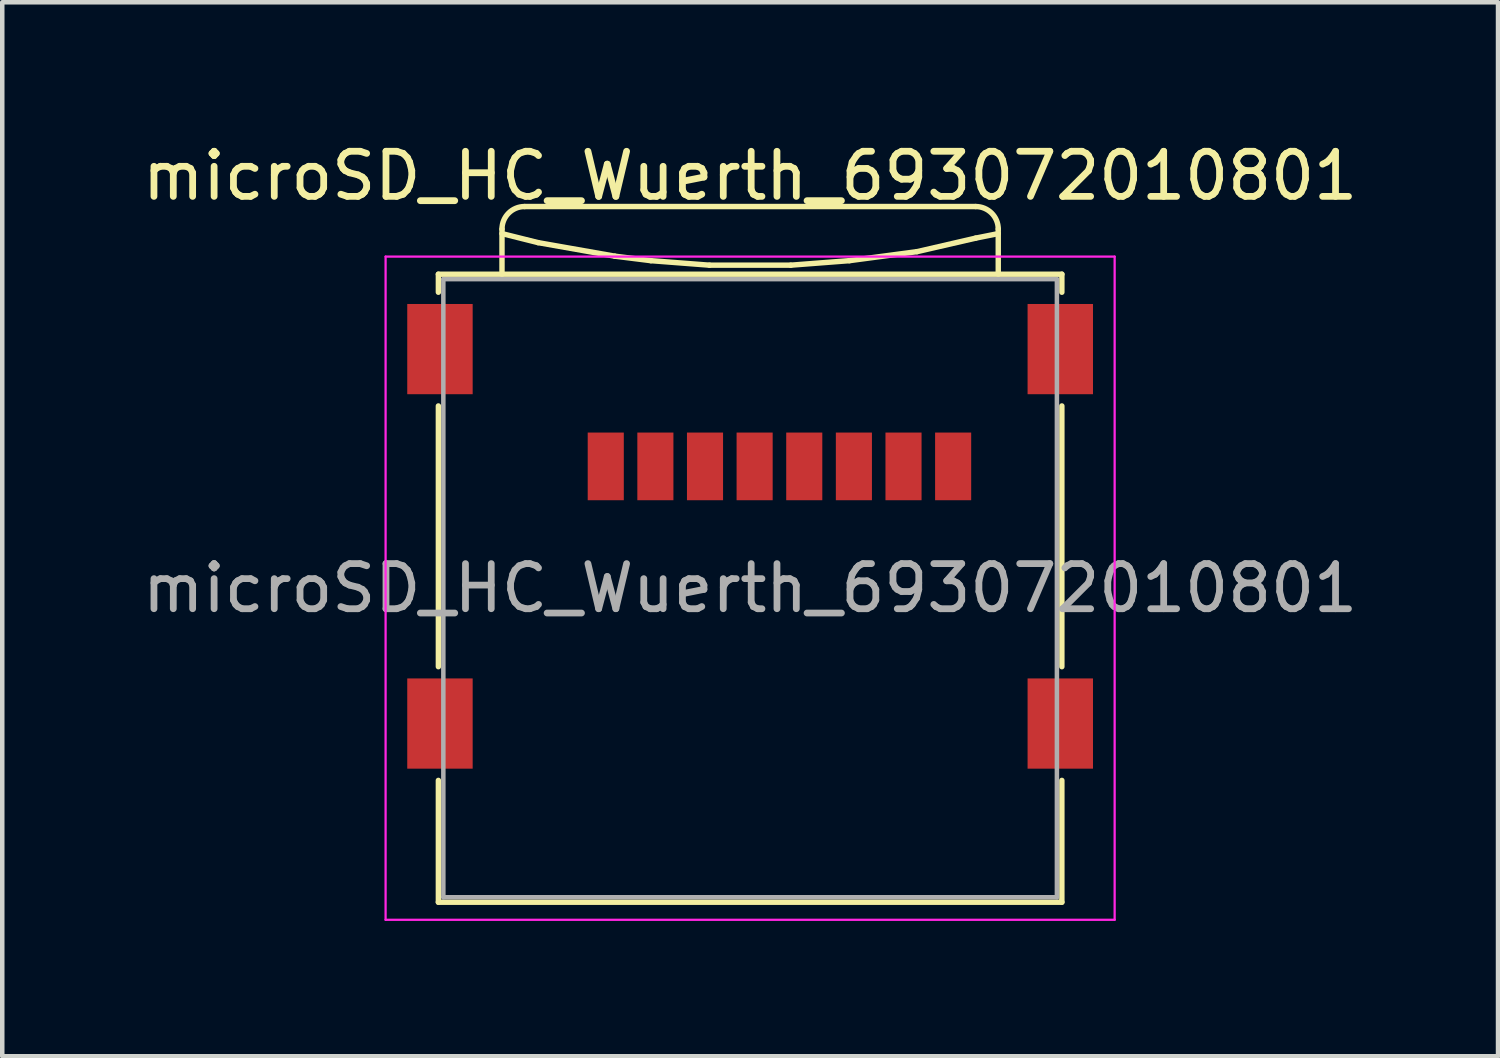
<source format=kicad_pcb>
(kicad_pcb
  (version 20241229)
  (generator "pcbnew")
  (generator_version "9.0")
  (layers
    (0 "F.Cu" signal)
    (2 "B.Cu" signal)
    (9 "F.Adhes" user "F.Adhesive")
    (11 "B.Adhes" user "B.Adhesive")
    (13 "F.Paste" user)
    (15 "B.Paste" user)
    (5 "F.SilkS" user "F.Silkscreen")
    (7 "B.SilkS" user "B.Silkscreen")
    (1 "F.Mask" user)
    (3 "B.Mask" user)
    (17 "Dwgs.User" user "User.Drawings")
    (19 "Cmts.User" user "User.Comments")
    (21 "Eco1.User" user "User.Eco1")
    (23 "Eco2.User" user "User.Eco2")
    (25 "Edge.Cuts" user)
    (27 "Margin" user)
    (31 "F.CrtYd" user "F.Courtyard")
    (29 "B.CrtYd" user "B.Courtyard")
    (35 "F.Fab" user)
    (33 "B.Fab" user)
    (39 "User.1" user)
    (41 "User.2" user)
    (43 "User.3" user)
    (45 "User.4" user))
  (footprint "microSD_HC_Wuerth_693072010801"
    (layer "F.Cu")
    (at 13.577 8.838)
    (property "Reference" "microSD_HC_Wuerth_693072010801" (at 0 -7.99 0) (layer "F.SilkS") (effects (font (size 1 1) (thickness 0.15))))
    (attr smd)
    (fp_line (start -6.91 -5.81) (end -6.91 -5.41) (stroke (width 0.12) (type solid)) (layer "F.SilkS"))
    (fp_line (start -6.91 -5.81) (end 6.91 -5.81) (stroke (width 0.12) (type solid)) (layer "F.SilkS"))
    (fp_line (start -6.91 -2.89) (end -6.91 2.89) (stroke (width 0.12) (type solid)) (layer "F.SilkS"))
    (fp_line (start -6.91 5.41) (end -6.91 8.11) (stroke (width 0.12) (type solid)) (layer "F.SilkS"))
    (fp_line (start -5.5 -6.71) (end -4.7 -6.51) (stroke (width 0.12) (type solid)) (layer "F.SilkS"))
    (fp_line (start -5.5 -5.81) (end -5.5 -6.81) (stroke (width 0.12) (type solid)) (layer "F.SilkS"))
    (fp_line (start -5 -7.31) (end 5 -7.31) (stroke (width 0.12) (type solid)) (layer "F.SilkS"))
    (fp_line (start -4.7 -6.51) (end -3 -6.21) (stroke (width 0.12) (type solid)) (layer "F.SilkS"))
    (fp_line (start -3 -6.21) (end -2.2 -6.11) (stroke (width 0.12) (type solid)) (layer "F.SilkS"))
    (fp_line (start -2.2 -6.11) (end -0.9 -6.01) (stroke (width 0.12) (type solid)) (layer "F.SilkS"))
    (fp_line (start -0.9 -6.01) (end 0.9 -6.01) (stroke (width 0.12) (type solid)) (layer "F.SilkS"))
    (fp_line (start 0.9 -6.01) (end 2.2 -6.11) (stroke (width 0.12) (type solid)) (layer "F.SilkS"))
    (fp_line (start 2.2 -6.11) (end 3.7 -6.31) (stroke (width 0.12) (type solid)) (layer "F.SilkS"))
    (fp_line (start 3.7 -6.31) (end 5 -6.61) (stroke (width 0.12) (type solid)) (layer "F.SilkS"))
    (fp_line (start 5 -6.61) (end 5.5 -6.71) (stroke (width 0.12) (type solid)) (layer "F.SilkS"))
    (fp_line (start 5.5 -5.81) (end 5.5 -6.81) (stroke (width 0.12) (type solid)) (layer "F.SilkS"))
    (fp_line (start 6.91 -5.81) (end 6.91 -5.41) (stroke (width 0.12) (type solid)) (layer "F.SilkS"))
    (fp_line (start 6.91 -2.89) (end 6.91 2.89) (stroke (width 0.12) (type solid)) (layer "F.SilkS"))
    (fp_line (start 6.91 5.41) (end 6.91 8.11) (stroke (width 0.12) (type solid)) (layer "F.SilkS"))
    (fp_line (start 6.91 8.11) (end -6.91 8.11) (stroke (width 0.12) (type solid)) (layer "F.SilkS"))
    (fp_arc (start -5.5 -6.81) (mid -5.353553 -7.163553) (end -5 -7.31) (stroke (width 0.12) (type solid)) (layer "F.SilkS"))
    (fp_arc (start 5 -7.31) (mid 5.353553 -7.163553) (end 5.5 -6.81) (stroke (width 0.12) (type solid)) (layer "F.SilkS"))
    (fp_line (start -8.08 -6.2) (end -8.08 8.5) (stroke (width 0.05) (type solid)) (layer "F.CrtYd"))
    (fp_line (start 8.08 -6.2) (end -8.08 -6.2) (stroke (width 0.05) (type solid)) (layer "F.CrtYd"))
    (fp_line (start 8.08 -6.2) (end 8.08 8.5) (stroke (width 0.05) (type solid)) (layer "F.CrtYd"))
    (fp_line (start 8.08 8.5) (end -8.08 8.5) (stroke (width 0.05) (type solid)) (layer "F.CrtYd"))
    (fp_line (start -6.8 -5.7) (end -6.8 8) (stroke (width 0.1) (type solid)) (layer "F.Fab"))
    (fp_line (start -6.8 8) (end 6.8 8) (stroke (width 0.1) (type solid)) (layer "F.Fab"))
    (fp_line (start 6.8 -5.7) (end -6.8 -5.7) (stroke (width 0.1) (type solid)) (layer "F.Fab"))
    (fp_line (start 6.8 8) (end 6.8 -5.7) (stroke (width 0.1) (type solid)) (layer "F.Fab"))
    (fp_text user "${REFERENCE}" (at 0 1.15 0) (layer "F.Fab") (effects (font (size 1 1) (thickness 0.15))))
    (pad "1" smd rect (at -3.2 -1.55) (size 0.8 1.5) (layers "F.Cu" "F.Mask" "F.Paste"))
    (pad "2" smd rect (at -2.1 -1.55) (size 0.8 1.5) (layers "F.Cu" "F.Mask" "F.Paste"))
    (pad "3" smd rect (at -1 -1.55) (size 0.8 1.5) (layers "F.Cu" "F.Mask" "F.Paste"))
    (pad "4" smd rect (at 0.1 -1.55) (size 0.8 1.5) (layers "F.Cu" "F.Mask" "F.Paste"))
    (pad "5" smd rect (at 1.2 -1.55) (size 0.8 1.5) (layers "F.Cu" "F.Mask" "F.Paste"))
    (pad "6" smd rect (at 2.3 -1.55) (size 0.8 1.5) (layers "F.Cu" "F.Mask" "F.Paste"))
    (pad "7" smd rect (at 3.4 -1.55) (size 0.8 1.5) (layers "F.Cu" "F.Mask" "F.Paste"))
    (pad "8" smd rect (at 4.5 -1.55) (size 0.8 1.5) (layers "F.Cu" "F.Mask" "F.Paste"))
    (pad "9" smd rect (at -6.875 -4.15) (size 1.45 2) (layers "F.Cu" "F.Mask" "F.Paste"))
    (pad "9" smd rect (at -6.875 4.15) (size 1.45 2) (layers "F.Cu" "F.Mask" "F.Paste"))
    (pad "9" smd rect (at 6.875 -4.15) (size 1.45 2) (layers "F.Cu" "F.Mask" "F.Paste"))
    (pad "9" smd rect (at 6.875 4.15) (size 1.45 2) (layers "F.Cu" "F.Mask" "F.Paste")))
  (gr_rect
    (start -3 -3)
    (end 30.155 20.363)
    (stroke (width 0.1) (type default))
    (fill no)
    (layer "Edge.Cuts")))
</source>
